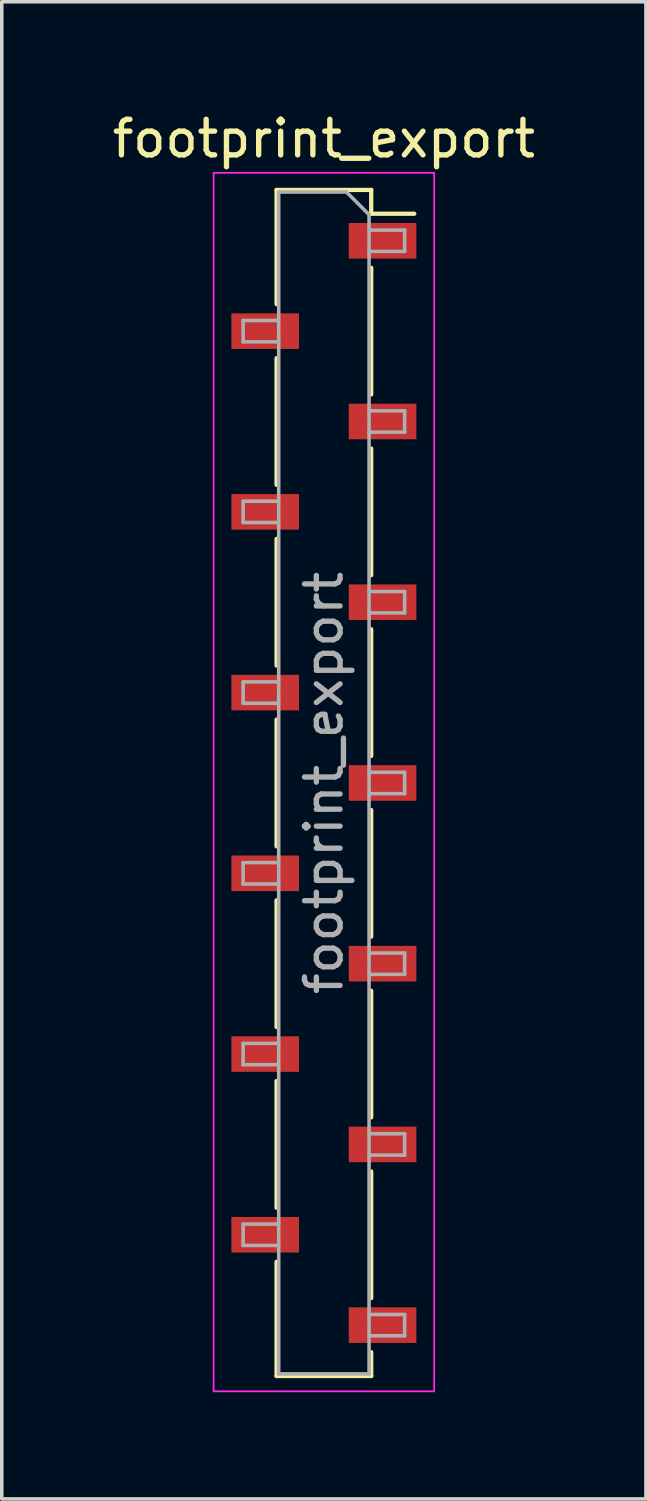
<source format=kicad_pcb>
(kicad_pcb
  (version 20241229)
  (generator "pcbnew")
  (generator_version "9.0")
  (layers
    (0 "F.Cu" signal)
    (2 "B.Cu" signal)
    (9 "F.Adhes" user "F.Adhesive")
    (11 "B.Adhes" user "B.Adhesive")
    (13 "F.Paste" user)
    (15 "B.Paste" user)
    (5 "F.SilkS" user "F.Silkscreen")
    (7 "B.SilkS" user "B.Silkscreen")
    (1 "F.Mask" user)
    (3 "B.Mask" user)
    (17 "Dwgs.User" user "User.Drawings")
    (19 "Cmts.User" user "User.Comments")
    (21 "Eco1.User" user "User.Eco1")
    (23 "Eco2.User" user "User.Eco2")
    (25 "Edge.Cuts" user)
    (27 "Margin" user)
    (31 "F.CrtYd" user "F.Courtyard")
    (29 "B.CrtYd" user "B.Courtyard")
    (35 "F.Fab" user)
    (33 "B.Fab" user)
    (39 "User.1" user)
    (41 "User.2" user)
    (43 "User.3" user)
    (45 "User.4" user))
  (footprint "footprint_export"
    (layer "F.Cu")
    (at 6.054 18.958)
    (property "Reference" "footprint_export" (at 0 -18.11 0) (layer "F.SilkS") (effects (font (size 1 1) (thickness 0.15))))
    (attr smd)
    (fp_line (start -1.33 -16.67) (end -1.33 -13.46) (stroke (width 0.12) (type solid)) (layer "F.SilkS"))
    (fp_line (start -1.33 -16.67) (end 1.33 -16.67) (stroke (width 0.12) (type solid)) (layer "F.SilkS"))
    (fp_line (start -1.33 -11.94) (end -1.33 -8.38) (stroke (width 0.12) (type solid)) (layer "F.SilkS"))
    (fp_line (start -1.33 -6.86) (end -1.33 -3.3) (stroke (width 0.12) (type solid)) (layer "F.SilkS"))
    (fp_line (start -1.33 -1.78) (end -1.33 1.78) (stroke (width 0.12) (type solid)) (layer "F.SilkS"))
    (fp_line (start -1.33 3.3) (end -1.33 6.86) (stroke (width 0.12) (type solid)) (layer "F.SilkS"))
    (fp_line (start -1.33 8.38) (end -1.33 11.94) (stroke (width 0.12) (type solid)) (layer "F.SilkS"))
    (fp_line (start -1.33 13.46) (end -1.33 16.67) (stroke (width 0.12) (type solid)) (layer "F.SilkS"))
    (fp_line (start -1.33 16.67) (end 1.33 16.67) (stroke (width 0.12) (type solid)) (layer "F.SilkS"))
    (fp_line (start 1.33 -16.67) (end 1.33 -16) (stroke (width 0.12) (type solid)) (layer "F.SilkS"))
    (fp_line (start 1.33 -16) (end 2.54 -16) (stroke (width 0.12) (type solid)) (layer "F.SilkS"))
    (fp_line (start 1.33 -14.48) (end 1.33 -10.92) (stroke (width 0.12) (type solid)) (layer "F.SilkS"))
    (fp_line (start 1.33 -9.4) (end 1.33 -5.84) (stroke (width 0.12) (type solid)) (layer "F.SilkS"))
    (fp_line (start 1.33 -4.32) (end 1.33 -0.76) (stroke (width 0.12) (type solid)) (layer "F.SilkS"))
    (fp_line (start 1.33 0.76) (end 1.33 4.32) (stroke (width 0.12) (type solid)) (layer "F.SilkS"))
    (fp_line (start 1.33 5.84) (end 1.33 9.4) (stroke (width 0.12) (type solid)) (layer "F.SilkS"))
    (fp_line (start 1.33 10.92) (end 1.33 14.48) (stroke (width 0.12) (type solid)) (layer "F.SilkS"))
    (fp_line (start 1.33 16) (end 1.33 16.67) (stroke (width 0.12) (type solid)) (layer "F.SilkS"))
    (fp_line (start -3.1 -17.15) (end 3.1 -17.15) (stroke (width 0.05) (type solid)) (layer "F.CrtYd"))
    (fp_line (start -3.1 17.1) (end -3.1 -17.15) (stroke (width 0.05) (type solid)) (layer "F.CrtYd"))
    (fp_line (start 3.1 -17.15) (end 3.1 17.1) (stroke (width 0.05) (type solid)) (layer "F.CrtYd"))
    (fp_line (start 3.1 17.1) (end -3.1 17.1) (stroke (width 0.05) (type solid)) (layer "F.CrtYd"))
    (fp_line (start -2.27 -13) (end -1.27 -13) (stroke (width 0.1) (type solid)) (layer "F.Fab"))
    (fp_line (start -2.27 -12.4) (end -2.27 -13) (stroke (width 0.1) (type solid)) (layer "F.Fab"))
    (fp_line (start -2.27 -7.92) (end -1.27 -7.92) (stroke (width 0.1) (type solid)) (layer "F.Fab"))
    (fp_line (start -2.27 -7.32) (end -2.27 -7.92) (stroke (width 0.1) (type solid)) (layer "F.Fab"))
    (fp_line (start -2.27 -2.84) (end -1.27 -2.84) (stroke (width 0.1) (type solid)) (layer "F.Fab"))
    (fp_line (start -2.27 -2.24) (end -2.27 -2.84) (stroke (width 0.1) (type solid)) (layer "F.Fab"))
    (fp_line (start -2.27 2.24) (end -1.27 2.24) (stroke (width 0.1) (type solid)) (layer "F.Fab"))
    (fp_line (start -2.27 2.84) (end -2.27 2.24) (stroke (width 0.1) (type solid)) (layer "F.Fab"))
    (fp_line (start -2.27 7.32) (end -1.27 7.32) (stroke (width 0.1) (type solid)) (layer "F.Fab"))
    (fp_line (start -2.27 7.92) (end -2.27 7.32) (stroke (width 0.1) (type solid)) (layer "F.Fab"))
    (fp_line (start -2.27 12.4) (end -1.27 12.4) (stroke (width 0.1) (type solid)) (layer "F.Fab"))
    (fp_line (start -2.27 13) (end -2.27 12.4) (stroke (width 0.1) (type solid)) (layer "F.Fab"))
    (fp_line (start -1.27 -16.61) (end 0.635 -16.61) (stroke (width 0.1) (type solid)) (layer "F.Fab"))
    (fp_line (start -1.27 -12.4) (end -2.27 -12.4) (stroke (width 0.1) (type solid)) (layer "F.Fab"))
    (fp_line (start -1.27 -7.32) (end -2.27 -7.32) (stroke (width 0.1) (type solid)) (layer "F.Fab"))
    (fp_line (start -1.27 -2.24) (end -2.27 -2.24) (stroke (width 0.1) (type solid)) (layer "F.Fab"))
    (fp_line (start -1.27 2.84) (end -2.27 2.84) (stroke (width 0.1) (type solid)) (layer "F.Fab"))
    (fp_line (start -1.27 7.92) (end -2.27 7.92) (stroke (width 0.1) (type solid)) (layer "F.Fab"))
    (fp_line (start -1.27 13) (end -2.27 13) (stroke (width 0.1) (type solid)) (layer "F.Fab"))
    (fp_line (start -1.27 16.61) (end -1.27 -16.61) (stroke (width 0.1) (type solid)) (layer "F.Fab"))
    (fp_line (start 0.635 -16.61) (end 1.27 -15.975) (stroke (width 0.1) (type solid)) (layer "F.Fab"))
    (fp_line (start 1.27 -15.975) (end 1.27 16.61) (stroke (width 0.1) (type solid)) (layer "F.Fab"))
    (fp_line (start 1.27 -15.54) (end 2.27 -15.54) (stroke (width 0.1) (type solid)) (layer "F.Fab"))
    (fp_line (start 1.27 -10.46) (end 2.27 -10.46) (stroke (width 0.1) (type solid)) (layer "F.Fab"))
    (fp_line (start 1.27 -5.38) (end 2.27 -5.38) (stroke (width 0.1) (type solid)) (layer "F.Fab"))
    (fp_line (start 1.27 -0.3) (end 2.27 -0.3) (stroke (width 0.1) (type solid)) (layer "F.Fab"))
    (fp_line (start 1.27 4.78) (end 2.27 4.78) (stroke (width 0.1) (type solid)) (layer "F.Fab"))
    (fp_line (start 1.27 9.86) (end 2.27 9.86) (stroke (width 0.1) (type solid)) (layer "F.Fab"))
    (fp_line (start 1.27 14.94) (end 2.27 14.94) (stroke (width 0.1) (type solid)) (layer "F.Fab"))
    (fp_line (start 1.27 16.61) (end -1.27 16.61) (stroke (width 0.1) (type solid)) (layer "F.Fab"))
    (fp_line (start 2.27 -15.54) (end 2.27 -14.94) (stroke (width 0.1) (type solid)) (layer "F.Fab"))
    (fp_line (start 2.27 -14.94) (end 1.27 -14.94) (stroke (width 0.1) (type solid)) (layer "F.Fab"))
    (fp_line (start 2.27 -10.46) (end 2.27 -9.86) (stroke (width 0.1) (type solid)) (layer "F.Fab"))
    (fp_line (start 2.27 -9.86) (end 1.27 -9.86) (stroke (width 0.1) (type solid)) (layer "F.Fab"))
    (fp_line (start 2.27 -5.38) (end 2.27 -4.78) (stroke (width 0.1) (type solid)) (layer "F.Fab"))
    (fp_line (start 2.27 -4.78) (end 1.27 -4.78) (stroke (width 0.1) (type solid)) (layer "F.Fab"))
    (fp_line (start 2.27 -0.3) (end 2.27 0.3) (stroke (width 0.1) (type solid)) (layer "F.Fab"))
    (fp_line (start 2.27 0.3) (end 1.27 0.3) (stroke (width 0.1) (type solid)) (layer "F.Fab"))
    (fp_line (start 2.27 4.78) (end 2.27 5.38) (stroke (width 0.1) (type solid)) (layer "F.Fab"))
    (fp_line (start 2.27 5.38) (end 1.27 5.38) (stroke (width 0.1) (type solid)) (layer "F.Fab"))
    (fp_line (start 2.27 9.86) (end 2.27 10.46) (stroke (width 0.1) (type solid)) (layer "F.Fab"))
    (fp_line (start 2.27 10.46) (end 1.27 10.46) (stroke (width 0.1) (type solid)) (layer "F.Fab"))
    (fp_line (start 2.27 14.94) (end 2.27 15.54) (stroke (width 0.1) (type solid)) (layer "F.Fab"))
    (fp_line (start 2.27 15.54) (end 1.27 15.54) (stroke (width 0.1) (type solid)) (layer "F.Fab"))
    (fp_text user "${REFERENCE}" (at 0 0 90) (layer "F.Fab") (effects (font (size 1 1) (thickness 0.15))))
    (pad "1" smd rect (at 1.65 -15.24) (size 1.9 1) (layers "F.Cu" "F.Mask" "F.Paste"))
    (pad "2" smd rect (at -1.65 -12.7) (size 1.9 1) (layers "F.Cu" "F.Mask" "F.Paste"))
    (pad "3" smd rect (at 1.65 -10.16) (size 1.9 1) (layers "F.Cu" "F.Mask" "F.Paste"))
    (pad "4" smd rect (at -1.65 -7.62) (size 1.9 1) (layers "F.Cu" "F.Mask" "F.Paste"))
    (pad "5" smd rect (at 1.65 -5.08) (size 1.9 1) (layers "F.Cu" "F.Mask" "F.Paste"))
    (pad "6" smd rect (at -1.65 -2.54) (size 1.9 1) (layers "F.Cu" "F.Mask" "F.Paste"))
    (pad "7" smd rect (at 1.65 0) (size 1.9 1) (layers "F.Cu" "F.Mask" "F.Paste"))
    (pad "8" smd rect (at -1.65 2.54) (size 1.9 1) (layers "F.Cu" "F.Mask" "F.Paste"))
    (pad "9" smd rect (at 1.65 5.08) (size 1.9 1) (layers "F.Cu" "F.Mask" "F.Paste"))
    (pad "10" smd rect (at -1.65 7.62) (size 1.9 1) (layers "F.Cu" "F.Mask" "F.Paste"))
    (pad "11" smd rect (at 1.65 10.16) (size 1.9 1) (layers "F.Cu" "F.Mask" "F.Paste"))
    (pad "12" smd rect (at -1.65 12.7) (size 1.9 1) (layers "F.Cu" "F.Mask" "F.Paste"))
    (pad "13" smd rect (at 1.65 15.24) (size 1.9 1) (layers "F.Cu" "F.Mask" "F.Paste")))
  (gr_rect
    (start -3 -3)
    (end 15.107 39.083)
    (stroke (width 0.1) (type default))
    (fill no)
    (layer "Edge.Cuts")))
</source>
